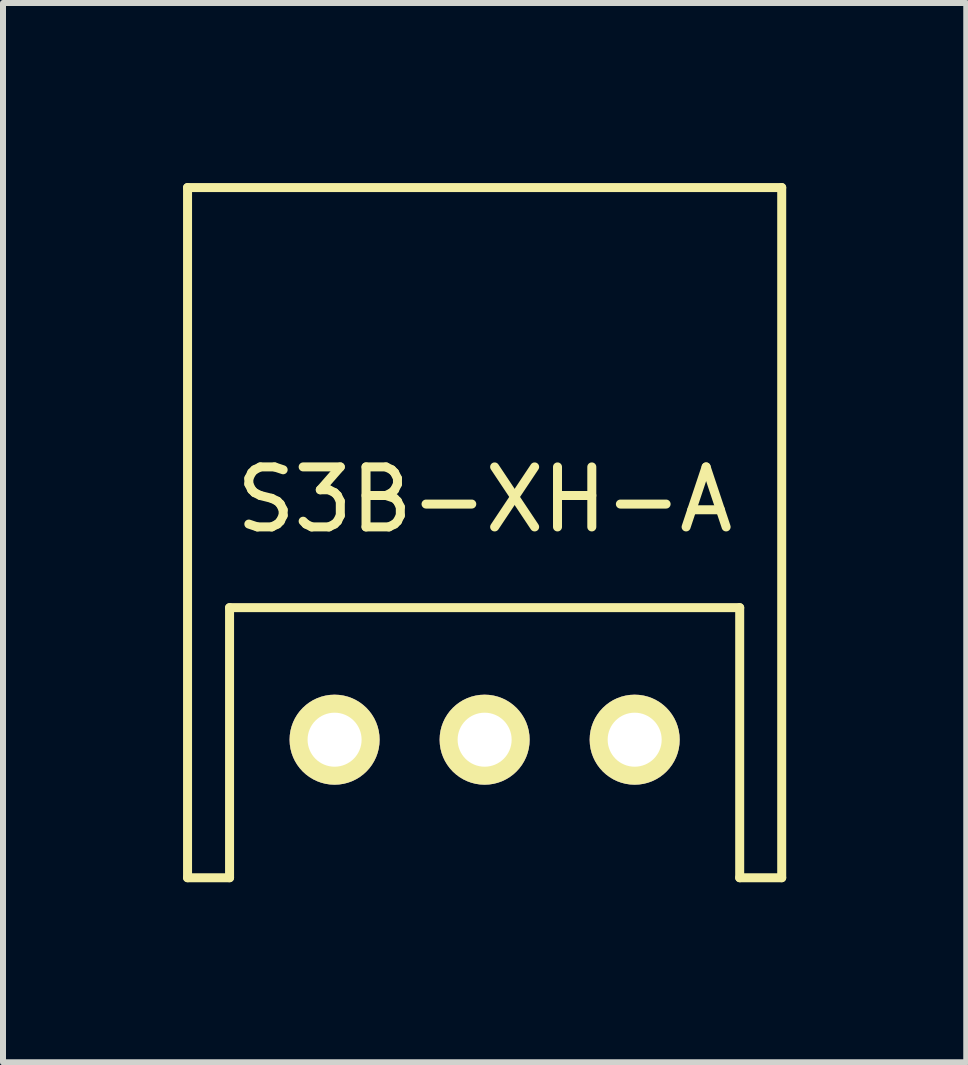
<source format=kicad_pcb>
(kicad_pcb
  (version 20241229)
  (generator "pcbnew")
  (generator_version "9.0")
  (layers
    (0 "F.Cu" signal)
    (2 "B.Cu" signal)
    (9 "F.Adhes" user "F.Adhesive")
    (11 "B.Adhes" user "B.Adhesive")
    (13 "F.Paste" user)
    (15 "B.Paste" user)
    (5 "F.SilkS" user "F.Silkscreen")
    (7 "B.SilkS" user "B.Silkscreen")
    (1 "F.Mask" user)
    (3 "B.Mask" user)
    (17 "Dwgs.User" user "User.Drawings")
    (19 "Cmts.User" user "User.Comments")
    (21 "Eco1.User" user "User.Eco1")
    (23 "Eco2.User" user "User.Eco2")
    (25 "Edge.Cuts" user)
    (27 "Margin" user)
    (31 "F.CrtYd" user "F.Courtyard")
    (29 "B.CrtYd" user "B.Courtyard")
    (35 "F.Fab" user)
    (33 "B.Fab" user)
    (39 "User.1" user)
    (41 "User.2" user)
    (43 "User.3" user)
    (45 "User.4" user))
  (footprint "S3B-XH-A"
    (layer "F.Cu")
    (at 2.525 9.275)
    (property "Reference" "S3B-XH-A" (at 2.5 -4 0) (layer "F.SilkS") (effects (font (size 1 1) (thickness 0.15))))
    (attr through_hole)
    (fp_line (start -2.45 -9.2) (end -2.45 2.3) (stroke (width 0.15) (type solid)) (layer "F.SilkS"))
    (fp_line (start -2.45 -9.2) (end 7.45 -9.2) (stroke (width 0.15) (type solid)) (layer "F.SilkS"))
    (fp_line (start -2.45 2.3) (end -1.75 2.3) (stroke (width 0.15) (type solid)) (layer "F.SilkS"))
    (fp_line (start -1.75 2.3) (end -1.75 -2.2) (stroke (width 0.15) (type solid)) (layer "F.SilkS"))
    (fp_line (start 6.75 -2.2) (end -1.75 -2.2) (stroke (width 0.15) (type solid)) (layer "F.SilkS"))
    (fp_line (start 6.75 2.3) (end 6.75 -2.2) (stroke (width 0.15) (type solid)) (layer "F.SilkS"))
    (fp_line (start 7.45 -9.2) (end 7.45 2.3) (stroke (width 0.15) (type solid)) (layer "F.SilkS"))
    (fp_line (start 7.45 2.3) (end 6.75 2.3) (stroke (width 0.15) (type solid)) (layer "F.SilkS"))
    (pad "1" thru_hole circle (at 0 0) (size 1.5 1.5) (drill 0.9) (layers "*.Cu" "*.Mask" "F.SilkS"))
    (pad "2" thru_hole circle (at 2.5 0) (size 1.5 1.5) (drill 0.9) (layers "*.Cu" "*.Mask" "F.SilkS"))
    (pad "3" thru_hole circle (at 5 0) (size 1.5 1.5) (drill 0.9) (layers "*.Cu" "*.Mask" "F.SilkS")))
  (gr_rect
    (start -3 -3)
    (end 13.05 14.65)
    (stroke (width 0.1) (type default))
    (fill no)
    (layer "Edge.Cuts")))
</source>
